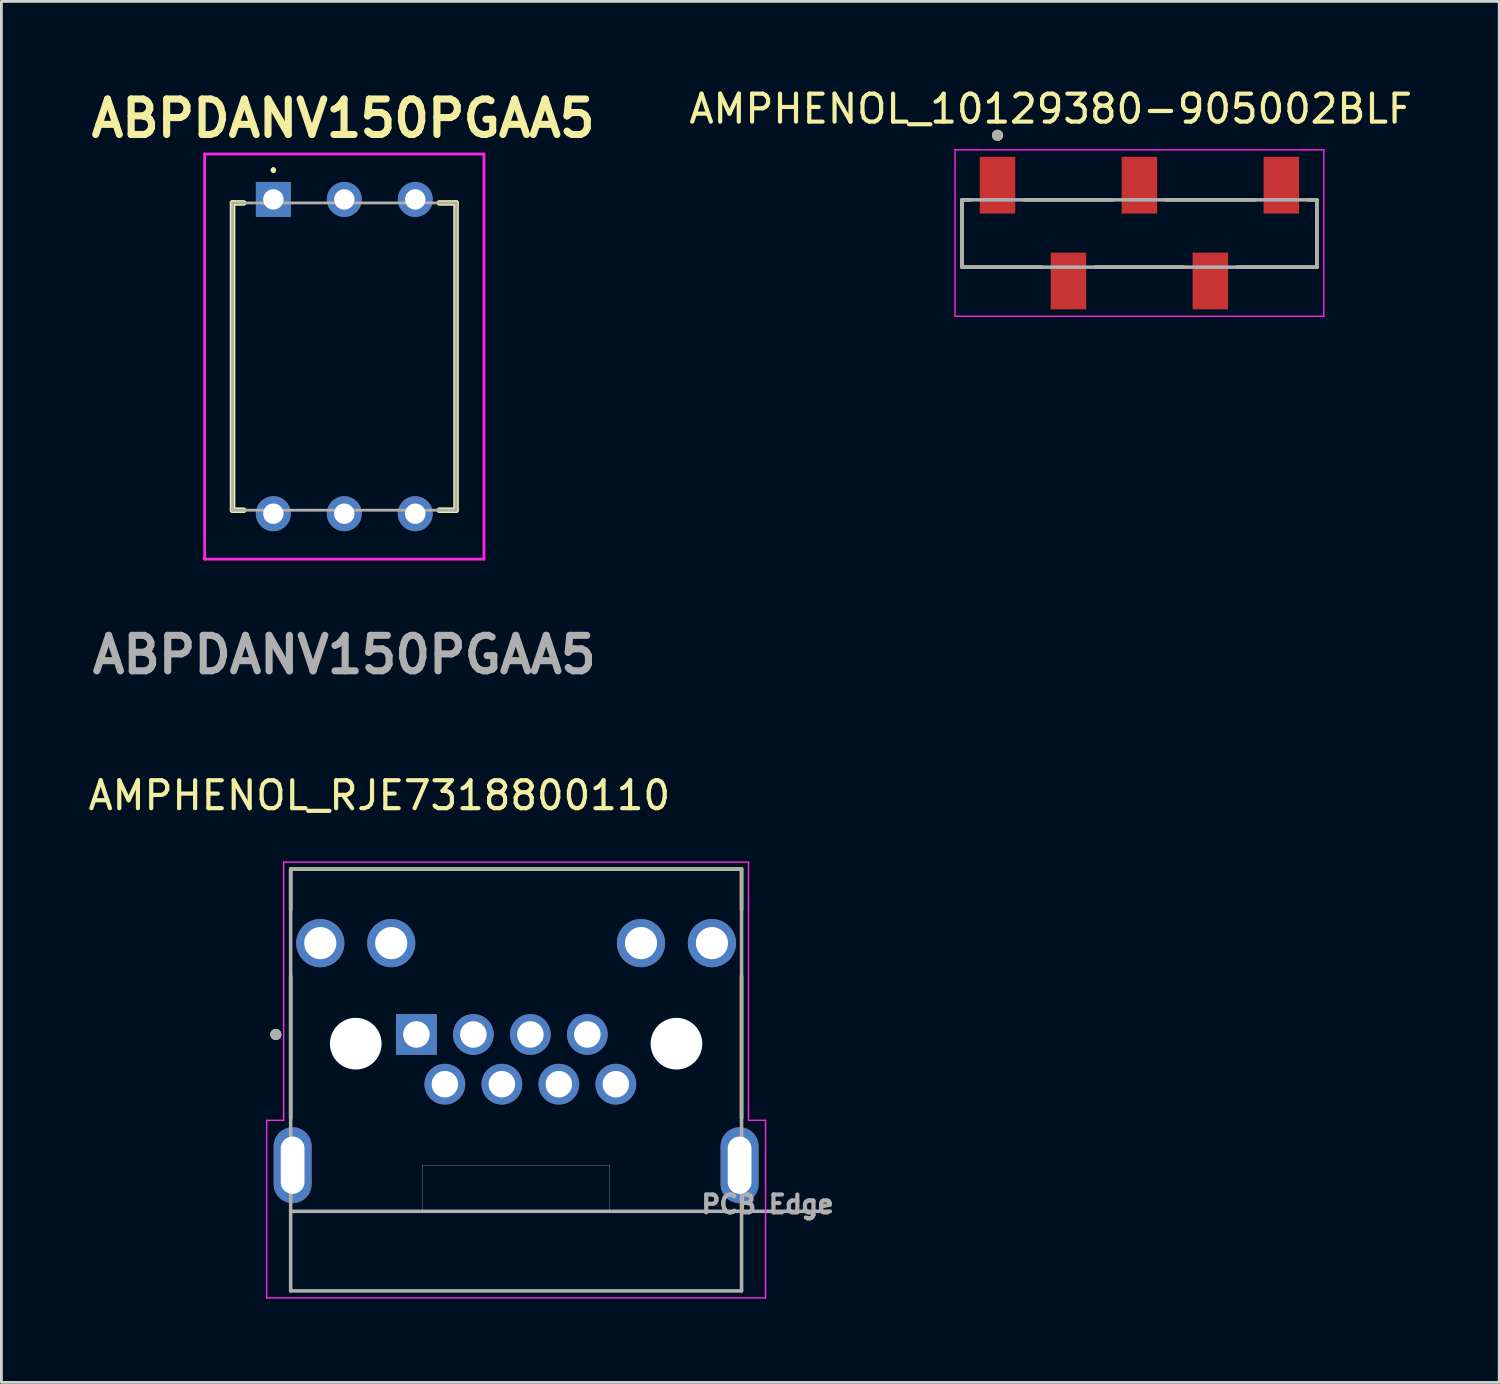
<source format=kicad_pcb>
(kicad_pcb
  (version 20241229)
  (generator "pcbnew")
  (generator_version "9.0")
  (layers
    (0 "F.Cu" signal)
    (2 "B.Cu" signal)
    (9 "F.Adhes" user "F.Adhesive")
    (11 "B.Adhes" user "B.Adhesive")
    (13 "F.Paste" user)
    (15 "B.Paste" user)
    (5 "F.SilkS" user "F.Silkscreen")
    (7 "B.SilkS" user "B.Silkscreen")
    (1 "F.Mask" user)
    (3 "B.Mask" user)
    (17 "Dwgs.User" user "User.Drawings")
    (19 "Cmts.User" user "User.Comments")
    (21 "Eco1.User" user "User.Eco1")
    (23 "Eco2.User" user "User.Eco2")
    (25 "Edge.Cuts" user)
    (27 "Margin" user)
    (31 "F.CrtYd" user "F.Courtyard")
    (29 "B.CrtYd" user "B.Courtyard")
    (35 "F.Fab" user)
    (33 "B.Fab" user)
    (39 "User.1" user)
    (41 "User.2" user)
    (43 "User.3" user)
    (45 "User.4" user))
  (footprint "ABPDANV150PGAA5"
    (layer "F.Cu")
    (at 6.735 4.089)
    (property "Reference" "ABPDANV150PGAA5" (at 2.5 -2.9 0) (layer "F.SilkS") (effects (font (size 1.27 1.27) (thickness 0.254))))
    (attr through_hole)
    (fp_line (start -1.46 0.125) (end -1.46 11.125) (stroke (width 0.2) (type solid)) (layer "F.SilkS"))
    (fp_line (start -1.46 11.125) (end -1.06 11.125) (stroke (width 0.2) (type solid)) (layer "F.SilkS"))
    (fp_line (start -1.06 0.125) (end -1.46 0.125) (stroke (width 0.2) (type solid)) (layer "F.SilkS"))
    (fp_line (start 0 -1.1) (end 0 -1.1) (stroke (width 0.1) (type solid)) (layer "F.SilkS"))
    (fp_line (start 0 -1) (end 0 -1) (stroke (width 0.1) (type solid)) (layer "F.SilkS"))
    (fp_line (start 5.94 0.125) (end 6.54 0.125) (stroke (width 0.2) (type solid)) (layer "F.SilkS"))
    (fp_line (start 6.54 0.125) (end 6.54 11.125) (stroke (width 0.2) (type solid)) (layer "F.SilkS"))
    (fp_line (start 6.54 11.125) (end 5.94 11.125) (stroke (width 0.2) (type solid)) (layer "F.SilkS"))
    (fp_arc (start 0 -1.1) (mid 0.05 -1.05) (end 0 -1) (stroke (width 0.1) (type solid)) (layer "F.SilkS"))
    (fp_arc (start 0 -1) (mid -0.05 -1.05) (end 0 -1.1) (stroke (width 0.1) (type solid)) (layer "F.SilkS"))
    (fp_line (start -2.46 -1.626) (end 7.54 -1.626) (stroke (width 0.1) (type solid)) (layer "F.CrtYd"))
    (fp_line (start -2.46 12.876) (end -2.46 -1.626) (stroke (width 0.1) (type solid)) (layer "F.CrtYd"))
    (fp_line (start 7.54 -1.626) (end 7.54 12.876) (stroke (width 0.1) (type solid)) (layer "F.CrtYd"))
    (fp_line (start 7.54 12.876) (end -2.46 12.876) (stroke (width 0.1) (type solid)) (layer "F.CrtYd"))
    (fp_line (start -1.46 0.125) (end 6.54 0.125) (stroke (width 0.1) (type solid)) (layer "F.Fab"))
    (fp_line (start -1.46 11.125) (end -1.46 0.125) (stroke (width 0.1) (type solid)) (layer "F.Fab"))
    (fp_line (start 6.54 0.125) (end 6.54 11.125) (stroke (width 0.1) (type solid)) (layer "F.Fab"))
    (fp_line (start 6.54 11.125) (end -1.46 11.125) (stroke (width 0.1) (type solid)) (layer "F.Fab"))
    (fp_text user "${REFERENCE}" (at 2.54 16.3 0) (layer "F.Fab") (effects (font (size 1.27 1.27) (thickness 0.254))))
    (pad "1" thru_hole rect (at 0 0) (size 1.251 1.251) (drill 0.73) (layers "*.Cu" "*.Mask"))
    (pad "2" thru_hole circle (at 2.54 0) (size 1.251 1.251) (drill 0.73) (layers "*.Cu" "*.Mask"))
    (pad "3" thru_hole circle (at 5.08 0) (size 1.251 1.251) (drill 0.73) (layers "*.Cu" "*.Mask"))
    (pad "4" thru_hole circle (at 5.08 11.25) (size 1.251 1.251) (drill 0.73) (layers "*.Cu" "*.Mask"))
    (pad "5" thru_hole circle (at 2.54 11.25) (size 1.251 1.251) (drill 0.73) (layers "*.Cu" "*.Mask"))
    (pad "6" thru_hole circle (at 0 11.25) (size 1.251 1.251) (drill 0.73) (layers "*.Cu" "*.Mask")))
  (footprint "AMPHENOL_10129380-905002BLF"
    (layer "F.Cu")
    (at 37.738 5.293)
    (property "Reference" "AMPHENOL_10129380-905002BLF" (at -3.175 -4.445 0) (layer "F.SilkS") (effects (font (size 1 1) (thickness 0.15))))
    (attr smd)
    (fp_line (start -6.35 -1.19) (end -6.35 1.22) (stroke (width 0.127) (type solid)) (layer "F.SilkS"))
    (fp_line (start -6.35 1.22) (end -3.495 1.22) (stroke (width 0.127) (type solid)) (layer "F.SilkS"))
    (fp_line (start -6.035 -1.19) (end -6.35 -1.19) (stroke (width 0.127) (type solid)) (layer "F.SilkS"))
    (fp_line (start -4.125 -1.19) (end -0.955 -1.19) (stroke (width 0.127) (type solid)) (layer "F.SilkS"))
    (fp_line (start -1.585 1.22) (end 1.585 1.22) (stroke (width 0.127) (type solid)) (layer "F.SilkS"))
    (fp_line (start 0.955 -1.19) (end 4.125 -1.19) (stroke (width 0.127) (type solid)) (layer "F.SilkS"))
    (fp_line (start 6.035 -1.19) (end 6.35 -1.19) (stroke (width 0.127) (type solid)) (layer "F.SilkS"))
    (fp_line (start 6.35 -1.19) (end 6.35 1.22) (stroke (width 0.127) (type solid)) (layer "F.SilkS"))
    (fp_line (start 6.35 1.22) (end 3.495 1.22) (stroke (width 0.127) (type solid)) (layer "F.SilkS"))
    (fp_circle (center -5.08 -3.5) (end -4.98 -3.5) (stroke (width 0.2) (type solid)) (fill no) (layer "F.SilkS"))
    (fp_line (start -6.6 -2.98) (end -6.6 2.98) (stroke (width 0.05) (type solid)) (layer "F.CrtYd"))
    (fp_line (start -6.6 2.98) (end 6.6 2.98) (stroke (width 0.05) (type solid)) (layer "F.CrtYd"))
    (fp_line (start 6.6 -2.98) (end -6.6 -2.98) (stroke (width 0.05) (type solid)) (layer "F.CrtYd"))
    (fp_line (start 6.6 2.98) (end 6.6 -2.98) (stroke (width 0.05) (type solid)) (layer "F.CrtYd"))
    (fp_line (start -6.35 -1.19) (end -6.35 1.22) (stroke (width 0.127) (type solid)) (layer "F.Fab"))
    (fp_line (start -6.35 1.22) (end 6.35 1.22) (stroke (width 0.127) (type solid)) (layer "F.Fab"))
    (fp_line (start 6.35 -1.19) (end -6.35 -1.19) (stroke (width 0.127) (type solid)) (layer "F.Fab"))
    (fp_line (start 6.35 1.22) (end 6.35 -1.19) (stroke (width 0.127) (type solid)) (layer "F.Fab"))
    (fp_circle (center -5.08 -3.5) (end -4.98 -3.5) (stroke (width 0.2) (type solid)) (fill no) (layer "F.Fab"))
    (pad "1" smd rect (at -5.08 -1.715) (size 1.27 2.03) (layers "F.Cu" "F.Mask" "F.Paste"))
    (pad "2" smd rect (at -2.54 1.715) (size 1.27 2.03) (layers "F.Cu" "F.Mask" "F.Paste"))
    (pad "3" smd rect (at 0 -1.715) (size 1.27 2.03) (layers "F.Cu" "F.Mask" "F.Paste"))
    (pad "4" smd rect (at 2.54 1.715) (size 1.27 2.03) (layers "F.Cu" "F.Mask" "F.Paste"))
    (pad "5" smd rect (at 5.08 -1.715) (size 1.27 2.03) (layers "F.Cu" "F.Mask" "F.Paste")))
  (footprint "AMPHENOL_RJE7318800110"
    (layer "F.Cu")
    (at 15.425 34.311)
    (property "Reference" "AMPHENOL_RJE7318800110" (at -4.895 -8.885 0) (layer "F.SilkS") (effects (font (size 1 1) (thickness 0.15))))
    (attr through_hole)
    (fp_line (start -8.07 -6.25) (end 8.07 -6.25) (stroke (width 0.127) (type solid)) (layer "F.SilkS"))
    (fp_line (start -8.07 -4.782) (end -8.07 -6.25) (stroke (width 0.127) (type solid)) (layer "F.SilkS"))
    (fp_line (start -8.07 2.672) (end -8.07 -2.417) (stroke (width 0.127) (type solid)) (layer "F.SilkS"))
    (fp_line (start 8.07 -6.25) (end 8.07 -4.782) (stroke (width 0.127) (type solid)) (layer "F.SilkS"))
    (fp_line (start 8.07 -2.417) (end 8.07 2.672) (stroke (width 0.127) (type solid)) (layer "F.SilkS"))
    (fp_circle (center -8.6 -0.33) (end -8.5 -0.33) (stroke (width 0.2) (type solid)) (fill no) (layer "F.SilkS"))
    (fp_line (start -3.35 4.35) (end 3.35 4.35) (stroke (width 0.01) (type solid)) (layer "Edge.Cuts"))
    (fp_line (start -3.35 6) (end -3.35 4.35) (stroke (width 0.01) (type solid)) (layer "Edge.Cuts"))
    (fp_line (start 3.35 4.35) (end 3.35 6) (stroke (width 0.01) (type solid)) (layer "Edge.Cuts"))
    (fp_line (start 3.35 6) (end -3.35 6) (stroke (width 0.01) (type solid)) (layer "Edge.Cuts"))
    (fp_line (start -8.929 2.742) (end -8.929 9.1) (stroke (width 0.05) (type solid)) (layer "F.CrtYd"))
    (fp_line (start -8.929 9.1) (end 8.929 9.1) (stroke (width 0.05) (type solid)) (layer "F.CrtYd"))
    (fp_line (start -8.32 -6.5) (end -8.32 2.742) (stroke (width 0.05) (type solid)) (layer "F.CrtYd"))
    (fp_line (start -8.32 2.742) (end -8.929 2.742) (stroke (width 0.05) (type solid)) (layer "F.CrtYd"))
    (fp_line (start 8.32 -6.5) (end -8.32 -6.5) (stroke (width 0.05) (type solid)) (layer "F.CrtYd"))
    (fp_line (start 8.32 2.742) (end 8.32 -6.5) (stroke (width 0.05) (type solid)) (layer "F.CrtYd"))
    (fp_line (start 8.929 2.742) (end 8.32 2.742) (stroke (width 0.05) (type solid)) (layer "F.CrtYd"))
    (fp_line (start 8.929 9.1) (end 8.929 2.742) (stroke (width 0.05) (type solid)) (layer "F.CrtYd"))
    (fp_line (start -8.07 -6.25) (end 8.07 -6.25) (stroke (width 0.127) (type solid)) (layer "F.Fab"))
    (fp_line (start -8.07 6) (end -8.07 -6.25) (stroke (width 0.127) (type solid)) (layer "F.Fab"))
    (fp_line (start -8.07 6) (end 11.25 6) (stroke (width 0.127) (type solid)) (layer "F.Fab"))
    (fp_line (start -8.07 8.85) (end -8.07 6) (stroke (width 0.127) (type solid)) (layer "F.Fab"))
    (fp_line (start 8.07 -6.25) (end 8.07 8.85) (stroke (width 0.127) (type solid)) (layer "F.Fab"))
    (fp_line (start 8.07 8.85) (end -8.07 8.85) (stroke (width 0.127) (type solid)) (layer "F.Fab"))
    (fp_circle (center -8.6 -0.33) (end -8.5 -0.33) (stroke (width 0.2) (type solid)) (fill no) (layer "F.Fab"))
    (fp_text user "PCB Edge" (at 9 5.75 0) (layer "F.Fab") (effects (font (size 0.64 0.64) (thickness 0.15))))
    (pad "" np_thru_hole circle (at -5.74 0) (size 1.85 1.85) (drill 1.85) (layers "*.Cu" "*.Mask"))
    (pad "" np_thru_hole circle (at 5.74 0) (size 1.85 1.85) (drill 1.85) (layers "*.Cu" "*.Mask"))
    (pad "1" thru_hole rect (at -3.57 -0.33) (size 1.458 1.458) (drill 0.95) (layers "*.Cu" "*.Mask"))
    (pad "2" thru_hole circle (at -2.55 1.45) (size 1.458 1.458) (drill 0.95) (layers "*.Cu" "*.Mask"))
    (pad "3" thru_hole circle (at -1.53 -0.33) (size 1.458 1.458) (drill 0.95) (layers "*.Cu" "*.Mask"))
    (pad "4" thru_hole circle (at -0.51 1.45) (size 1.458 1.458) (drill 0.95) (layers "*.Cu" "*.Mask"))
    (pad "5" thru_hole circle (at 0.51 -0.33) (size 1.458 1.458) (drill 0.95) (layers "*.Cu" "*.Mask"))
    (pad "6" thru_hole circle (at 1.53 1.45) (size 1.458 1.458) (drill 0.95) (layers "*.Cu" "*.Mask"))
    (pad "7" thru_hole circle (at 2.55 -0.33) (size 1.458 1.458) (drill 0.95) (layers "*.Cu" "*.Mask"))
    (pad "8" thru_hole circle (at 3.57 1.45) (size 1.458 1.458) (drill 0.95) (layers "*.Cu" "*.Mask"))
    (pad "9" thru_hole circle (at -7.01 -3.6) (size 1.725 1.725) (drill 1.15) (layers "*.Cu" "*.Mask"))
    (pad "10" thru_hole circle (at -4.47 -3.6) (size 1.725 1.725) (drill 1.15) (layers "*.Cu" "*.Mask"))
    (pad "11" thru_hole circle (at 4.47 -3.6) (size 1.725 1.725) (drill 1.15) (layers "*.Cu" "*.Mask"))
    (pad "12" thru_hole circle (at 7.01 -3.6) (size 1.725 1.725) (drill 1.15) (layers "*.Cu" "*.Mask"))
    (pad "SH1" thru_hole oval (at -8 4.35) (size 1.358 2.716) (drill oval 0.85 2.05) (layers "*.Cu" "*.Mask"))
    (pad "SH2" thru_hole oval (at 8 4.35) (size 1.358 2.716) (drill oval 0.85 2.05) (layers "*.Cu" "*.Mask")))
  (gr_rect
    (start -3 -3)
    (end 50.617 46.436)
    (stroke (width 0.1) (type default))
    (fill no)
    (layer "Edge.Cuts")))
</source>
